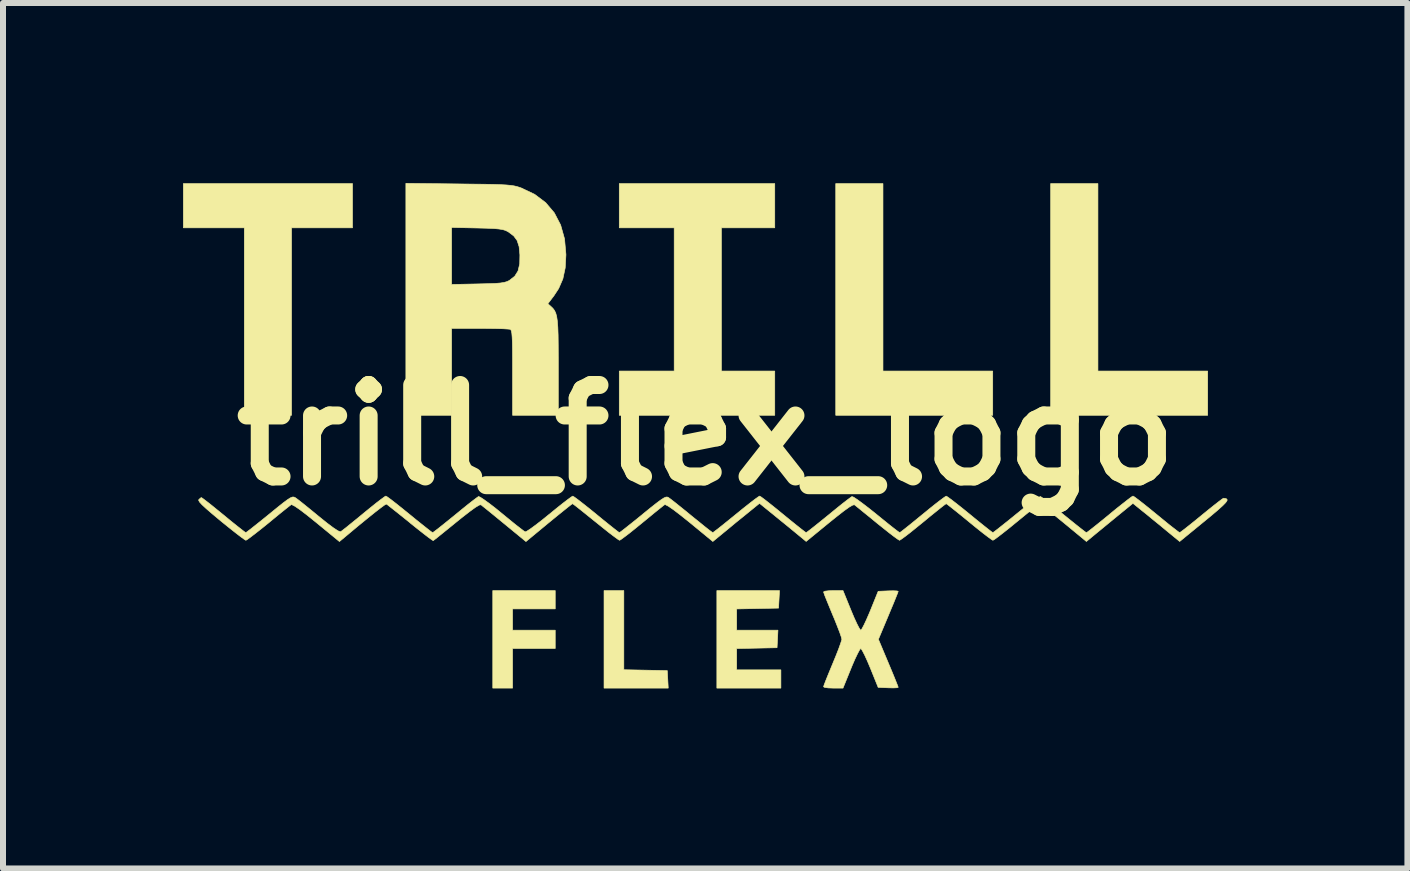
<source format=kicad_pcb>
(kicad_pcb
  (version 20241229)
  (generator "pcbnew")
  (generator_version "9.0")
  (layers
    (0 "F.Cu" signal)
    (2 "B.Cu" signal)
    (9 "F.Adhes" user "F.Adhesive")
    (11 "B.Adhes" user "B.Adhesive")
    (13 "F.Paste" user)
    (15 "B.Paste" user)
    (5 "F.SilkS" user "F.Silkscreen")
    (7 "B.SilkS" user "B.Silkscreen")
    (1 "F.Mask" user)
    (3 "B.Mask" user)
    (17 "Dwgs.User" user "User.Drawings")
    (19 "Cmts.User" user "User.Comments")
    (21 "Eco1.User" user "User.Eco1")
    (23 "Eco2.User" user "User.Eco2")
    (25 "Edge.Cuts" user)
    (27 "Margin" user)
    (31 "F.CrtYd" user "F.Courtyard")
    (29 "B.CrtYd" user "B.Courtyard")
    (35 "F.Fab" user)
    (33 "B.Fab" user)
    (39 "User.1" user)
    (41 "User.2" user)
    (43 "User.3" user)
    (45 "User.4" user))
  (footprint "trill_flex_logo"
    (layer "F.Cu")
    (at 8.717 4.2)
    (property "Reference" "trill_flex_logo" (at 0 0 0) (layer "F.SilkS") (effects (font (size 1.524 1.524) (thickness 0.3))))
    (attr through_hole)
    (fp_poly (pts (xy 2.946 -1.067) (xy 4.775 -1.067) (xy 4.775 -0.33) (xy 2.159 -0.33) (xy 2.159 -4.191) (xy 2.946 -4.191) (xy 2.946 -1.067)) (stroke (width 0.01) (type solid)) (fill yes) (layer "F.SilkS"))
    (fp_poly (pts (xy 6.528 -1.067) (xy 8.357 -1.067) (xy 8.357 -0.33) (xy 5.74 -0.33) (xy 5.74 -4.191) (xy 6.528 -4.191) (xy 6.528 -1.067)) (stroke (width 0.01) (type solid)) (fill yes) (layer "F.SilkS"))
    (fp_poly (pts (xy -5.893 -3.454) (xy -6.909 -3.454) (xy -6.909 -0.33) (xy -7.696 -0.33) (xy -7.696 -3.454) (xy -8.712 -3.454) (xy -8.712 -4.191) (xy -5.893 -4.191) (xy -5.893 -3.454)) (stroke (width 0.01) (type solid)) (fill yes) (layer "F.SilkS"))
    (fp_poly (pts (xy -1.372 3.91) (xy -1.01 3.917) (xy -0.648 3.924) (xy -0.64 4.07) (xy -0.632 4.216) (xy -1.702 4.216) (xy -1.702 2.591) (xy -1.372 2.591) (xy -1.372 3.91)) (stroke (width 0.01) (type solid)) (fill yes) (layer "F.SilkS"))
    (fp_poly (pts (xy -2.515 2.896) (xy -3.226 2.896) (xy -3.226 3.251) (xy -2.515 3.251) (xy -2.515 3.556) (xy -3.226 3.556) (xy -3.226 4.216) (xy -3.556 4.216) (xy -3.556 2.591) (xy -2.515 2.591) (xy -2.515 2.896)) (stroke (width 0.01) (type solid)) (fill yes) (layer "F.SilkS"))
    (fp_poly (pts (xy 1.143 -3.454) (xy 0.254 -3.454) (xy 0.254 -1.067) (xy 1.143 -1.067) (xy 1.143 -0.33) (xy -1.448 -0.33) (xy -1.448 -1.067) (xy -0.533 -1.067) (xy -0.533 -3.454) (xy -1.448 -3.454) (xy -1.448 -4.191) (xy 1.143 -4.191) (xy 1.143 -3.454)) (stroke (width 0.01) (type solid)) (fill yes) (layer "F.SilkS"))
    (fp_poly (pts (xy 1.214 2.737) (xy 1.206 2.883) (xy 0.857 2.89) (xy 0.508 2.897) (xy 0.508 3.251) (xy 1.196 3.251) (xy 1.189 3.397) (xy 1.181 3.543) (xy 0.508 3.557) (xy 0.508 3.912) (xy 1.245 3.912) (xy 1.245 4.216) (xy 0.178 4.216) (xy 0.178 2.591) (xy 1.222 2.591) (xy 1.214 2.737)) (stroke (width 0.01) (type solid)) (fill yes) (layer "F.SilkS"))
    (fp_poly (pts (xy 2.414 2.921) (xy 2.464 3.04) (xy 2.51 3.14) (xy 2.547 3.212) (xy 2.571 3.248) (xy 2.576 3.251) (xy 2.595 3.229) (xy 2.628 3.167) (xy 2.671 3.076) (xy 2.72 2.963) (xy 2.735 2.927) (xy 2.866 2.603) (xy 3.033 2.596) (xy 3.118 2.594) (xy 3.178 2.597) (xy 3.2 2.603) (xy 3.191 2.63) (xy 3.165 2.695) (xy 3.126 2.792) (xy 3.076 2.911) (xy 3.035 3.01) (xy 2.87 3.403) (xy 3.035 3.796) (xy 3.09 3.927) (xy 3.137 4.041) (xy 3.173 4.131) (xy 3.195 4.187) (xy 3.2 4.204) (xy 3.177 4.21) (xy 3.117 4.213) (xy 3.033 4.211) (xy 2.866 4.204) (xy 2.735 3.88) (xy 2.685 3.762) (xy 2.64 3.664) (xy 2.603 3.593) (xy 2.58 3.558) (xy 2.576 3.556) (xy 2.557 3.578) (xy 2.524 3.639) (xy 2.48 3.731) (xy 2.431 3.844) (xy 2.414 3.886) (xy 2.28 4.216) (xy 2.118 4.216) (xy 2.035 4.213) (xy 1.976 4.205) (xy 1.956 4.194) (xy 1.965 4.164) (xy 1.991 4.096) (xy 2.03 3.999) (xy 2.079 3.88) (xy 2.108 3.81) (xy 2.161 3.681) (xy 2.206 3.567) (xy 2.239 3.475) (xy 2.258 3.416) (xy 2.261 3.402) (xy 2.251 3.363) (xy 2.225 3.287) (xy 2.185 3.184) (xy 2.136 3.061) (xy 2.108 2.995) (xy 2.056 2.869) (xy 2.011 2.759) (xy 1.977 2.675) (xy 1.959 2.623) (xy 1.956 2.613) (xy 1.979 2.601) (xy 2.039 2.594) (xy 2.118 2.591) (xy 2.28 2.591) (xy 2.414 2.921)) (stroke (width 0.01) (type solid)) (fill yes) (layer "F.SilkS"))
    (fp_poly (pts (xy -4.121 -4.185) (xy -3.885 -4.182) (xy -3.693 -4.18) (xy -3.541 -4.177) (xy -3.421 -4.173) (xy -3.329 -4.168) (xy -3.258 -4.161) (xy -3.202 -4.153) (xy -3.155 -4.142) (xy -3.112 -4.129) (xy -3.079 -4.117) (xy -2.858 -4.012) (xy -2.675 -3.874) (xy -2.53 -3.703) (xy -2.425 -3.501) (xy -2.36 -3.27) (xy -2.337 -3.012) (xy -2.337 -2.999) (xy -2.349 -2.785) (xy -2.388 -2.603) (xy -2.458 -2.442) (xy -2.538 -2.32) (xy -2.638 -2.189) (xy -2.585 -2.142) (xy -2.553 -2.111) (xy -2.527 -2.076) (xy -2.507 -2.034) (xy -2.491 -1.977) (xy -2.48 -1.9) (xy -2.472 -1.798) (xy -2.467 -1.666) (xy -2.465 -1.497) (xy -2.464 -1.286) (xy -2.464 -1.131) (xy -2.464 -0.33) (xy -3.226 -0.33) (xy -3.226 -1.039) (xy -3.226 -1.249) (xy -3.227 -1.414) (xy -3.229 -1.54) (xy -3.233 -1.631) (xy -3.238 -1.693) (xy -3.245 -1.732) (xy -3.255 -1.754) (xy -3.266 -1.763) (xy -3.303 -1.767) (xy -3.383 -1.772) (xy -3.495 -1.775) (xy -3.632 -1.777) (xy -3.774 -1.778) (xy -4.242 -1.778) (xy -4.242 -0.33) (xy -5.004 -0.33) (xy -5.004 -2.51) (xy -4.242 -2.51) (xy -3.804 -2.519) (xy -3.64 -2.523) (xy -3.519 -2.527) (xy -3.431 -2.534) (xy -3.368 -2.544) (xy -3.321 -2.557) (xy -3.283 -2.575) (xy -3.277 -2.579) (xy -3.19 -2.647) (xy -3.135 -2.735) (xy -3.107 -2.853) (xy -3.104 -3.002) (xy -3.117 -3.14) (xy -3.15 -3.242) (xy -3.207 -3.319) (xy -3.295 -3.385) (xy -3.305 -3.391) (xy -3.343 -3.41) (xy -3.389 -3.424) (xy -3.451 -3.434) (xy -3.537 -3.442) (xy -3.658 -3.447) (xy -3.816 -3.451) (xy -4.242 -3.46) (xy -4.242 -2.51) (xy -5.004 -2.51) (xy -5.004 -4.195) (xy -4.121 -4.185)) (stroke (width 0.01) (type solid)) (fill yes) (layer "F.SilkS"))
    (fp_poly (pts (xy 7.138 1.031) (xy 7.196 1.074) (xy 7.281 1.14) (xy 7.385 1.223) (xy 7.501 1.318) (xy 7.505 1.321) (xy 7.621 1.416) (xy 7.724 1.5) (xy 7.808 1.565) (xy 7.865 1.609) (xy 7.889 1.626) (xy 7.889 1.626) (xy 7.913 1.61) (xy 7.969 1.568) (xy 8.051 1.503) (xy 8.152 1.422) (xy 8.246 1.345) (xy 8.36 1.252) (xy 8.461 1.171) (xy 8.543 1.107) (xy 8.599 1.065) (xy 8.621 1.052) (xy 8.663 1.058) (xy 8.68 1.072) (xy 8.68 1.091) (xy 8.657 1.125) (xy 8.607 1.176) (xy 8.526 1.249) (xy 8.411 1.346) (xy 8.298 1.439) (xy 7.89 1.773) (xy 7.672 1.594) (xy 7.56 1.501) (xy 7.439 1.403) (xy 7.33 1.313) (xy 7.283 1.276) (xy 7.111 1.137) (xy 6.915 1.297) (xy 6.8 1.391) (xy 6.671 1.497) (xy 6.553 1.594) (xy 6.527 1.615) (xy 6.336 1.773) (xy 5.956 1.459) (xy 5.837 1.362) (xy 5.732 1.277) (xy 5.647 1.209) (xy 5.587 1.163) (xy 5.559 1.144) (xy 5.559 1.144) (xy 5.535 1.159) (xy 5.478 1.202) (xy 5.395 1.267) (xy 5.293 1.35) (xy 5.177 1.445) (xy 5.173 1.448) (xy 5.056 1.544) (xy 4.951 1.627) (xy 4.866 1.693) (xy 4.806 1.737) (xy 4.778 1.753) (xy 4.778 1.753) (xy 4.751 1.737) (xy 4.692 1.694) (xy 4.607 1.629) (xy 4.503 1.546) (xy 4.385 1.45) (xy 4.383 1.448) (xy 4.266 1.352) (xy 4.163 1.269) (xy 4.08 1.203) (xy 4.024 1.159) (xy 4 1.143) (xy 4 1.143) (xy 3.977 1.158) (xy 3.921 1.201) (xy 3.839 1.267) (xy 3.737 1.349) (xy 3.621 1.445) (xy 3.617 1.448) (xy 3.5 1.543) (xy 3.396 1.627) (xy 3.31 1.693) (xy 3.25 1.736) (xy 3.223 1.753) (xy 3.222 1.753) (xy 3.195 1.737) (xy 3.136 1.695) (xy 3.051 1.63) (xy 2.948 1.548) (xy 2.849 1.469) (xy 2.735 1.375) (xy 2.632 1.292) (xy 2.549 1.224) (xy 2.493 1.179) (xy 2.471 1.161) (xy 2.443 1.166) (xy 2.385 1.199) (xy 2.294 1.264) (xy 2.17 1.361) (xy 2.053 1.455) (xy 1.666 1.772) (xy 1.449 1.593) (xy 1.337 1.501) (xy 1.216 1.403) (xy 1.106 1.313) (xy 1.06 1.276) (xy 0.889 1.137) (xy 0.718 1.276) (xy 0.621 1.355) (xy 0.503 1.45) (xy 0.385 1.548) (xy 0.329 1.594) (xy 0.111 1.773) (xy -0.274 1.456) (xy -0.425 1.335) (xy -0.544 1.244) (xy -0.63 1.185) (xy -0.68 1.159) (xy -0.692 1.159) (xy -0.721 1.181) (xy -0.782 1.23) (xy -0.869 1.3) (xy -0.973 1.386) (xy -1.071 1.466) (xy -1.184 1.558) (xy -1.285 1.639) (xy -1.367 1.701) (xy -1.422 1.741) (xy -1.443 1.753) (xy -1.47 1.737) (xy -1.529 1.694) (xy -1.615 1.629) (xy -1.719 1.546) (xy -1.837 1.451) (xy -1.841 1.448) (xy -1.959 1.353) (xy -2.062 1.27) (xy -2.145 1.204) (xy -2.202 1.16) (xy -2.226 1.143) (xy -2.226 1.143) (xy -2.249 1.158) (xy -2.304 1.201) (xy -2.386 1.267) (xy -2.489 1.35) (xy -2.606 1.446) (xy -2.621 1.458) (xy -3.003 1.774) (xy -3.362 1.479) (xy -3.478 1.384) (xy -3.583 1.298) (xy -3.668 1.229) (xy -3.727 1.182) (xy -3.752 1.161) (xy -3.781 1.166) (xy -3.842 1.202) (xy -3.936 1.27) (xy -4.065 1.37) (xy -4.158 1.445) (xy -4.276 1.541) (xy -4.38 1.625) (xy -4.464 1.693) (xy -4.522 1.739) (xy -4.548 1.758) (xy -4.548 1.759) (xy -4.571 1.745) (xy -4.627 1.705) (xy -4.71 1.641) (xy -4.813 1.56) (xy -4.93 1.466) (xy -4.936 1.46) (xy -5.054 1.365) (xy -5.159 1.281) (xy -5.244 1.214) (xy -5.302 1.168) (xy -5.328 1.149) (xy -5.329 1.149) (xy -5.356 1.163) (xy -5.418 1.208) (xy -5.515 1.283) (xy -5.643 1.386) (xy -5.801 1.515) (xy -5.984 1.668) (xy -6.111 1.774) (xy -6.497 1.457) (xy -6.647 1.336) (xy -6.766 1.245) (xy -6.852 1.186) (xy -6.903 1.16) (xy -6.915 1.159) (xy -6.944 1.181) (xy -7.006 1.23) (xy -7.092 1.299) (xy -7.197 1.385) (xy -7.295 1.466) (xy -7.409 1.558) (xy -7.511 1.638) (xy -7.593 1.701) (xy -7.648 1.741) (xy -7.67 1.753) (xy -7.697 1.737) (xy -7.756 1.694) (xy -7.842 1.628) (xy -7.948 1.544) (xy -8.067 1.448) (xy -8.089 1.43) (xy -8.228 1.314) (xy -8.331 1.225) (xy -8.401 1.16) (xy -8.442 1.115) (xy -8.457 1.087) (xy -8.454 1.074) (xy -8.422 1.046) (xy -8.411 1.041) (xy -8.387 1.057) (xy -8.33 1.1) (xy -8.248 1.164) (xy -8.146 1.247) (xy -8.04 1.333) (xy -7.926 1.427) (xy -7.825 1.508) (xy -7.745 1.571) (xy -7.692 1.612) (xy -7.671 1.626) (xy -7.649 1.61) (xy -7.593 1.568) (xy -7.51 1.502) (xy -7.407 1.42) (xy -7.29 1.325) (xy -7.28 1.317) (xy -7.149 1.21) (xy -7.05 1.131) (xy -6.979 1.078) (xy -6.929 1.046) (xy -6.895 1.032) (xy -6.87 1.032) (xy -6.849 1.041) (xy -6.811 1.068) (xy -6.743 1.121) (xy -6.651 1.195) (xy -6.543 1.283) (xy -6.459 1.352) (xy -6.32 1.464) (xy -6.212 1.545) (xy -6.136 1.595) (xy -6.095 1.611) (xy -6.09 1.61) (xy -6.061 1.588) (xy -5.999 1.54) (xy -5.913 1.47) (xy -5.808 1.385) (xy -5.71 1.304) (xy -5.596 1.211) (xy -5.495 1.13) (xy -5.414 1.068) (xy -5.359 1.028) (xy -5.338 1.016) (xy -5.312 1.031) (xy -5.253 1.074) (xy -5.168 1.14) (xy -5.064 1.223) (xy -4.947 1.318) (xy -4.943 1.321) (xy -4.827 1.416) (xy -4.723 1.499) (xy -4.64 1.565) (xy -4.583 1.609) (xy -4.558 1.626) (xy -4.558 1.626) (xy -4.535 1.61) (xy -4.479 1.568) (xy -4.397 1.503) (xy -4.295 1.421) (xy -4.184 1.331) (xy -4.068 1.236) (xy -3.964 1.152) (xy -3.878 1.085) (xy -3.819 1.041) (xy -3.793 1.023) (xy -3.764 1.035) (xy -3.703 1.075) (xy -3.617 1.137) (xy -3.512 1.218) (xy -3.403 1.307) (xy -3.287 1.402) (xy -3.184 1.486) (xy -3.099 1.552) (xy -3.04 1.597) (xy -3.015 1.613) (xy -2.987 1.601) (xy -2.926 1.561) (xy -2.84 1.498) (xy -2.735 1.417) (xy -2.618 1.322) (xy -2.616 1.321) (xy -2.499 1.225) (xy -2.395 1.142) (xy -2.309 1.076) (xy -2.25 1.033) (xy -2.223 1.017) (xy -2.223 1.017) (xy -2.196 1.033) (xy -2.137 1.076) (xy -2.052 1.142) (xy -1.947 1.225) (xy -1.83 1.32) (xy -1.829 1.321) (xy -1.713 1.416) (xy -1.61 1.499) (xy -1.527 1.565) (xy -1.47 1.609) (xy -1.447 1.625) (xy -1.446 1.625) (xy -1.423 1.61) (xy -1.367 1.567) (xy -1.285 1.502) (xy -1.182 1.42) (xy -1.065 1.325) (xy -1.056 1.317) (xy -0.923 1.209) (xy -0.824 1.131) (xy -0.752 1.078) (xy -0.702 1.046) (xy -0.668 1.032) (xy -0.643 1.033) (xy -0.63 1.039) (xy -0.594 1.065) (xy -0.527 1.117) (xy -0.436 1.19) (xy -0.329 1.276) (xy -0.242 1.348) (xy -0.13 1.438) (xy -0.033 1.517) (xy 0.044 1.578) (xy 0.094 1.615) (xy 0.11 1.626) (xy 0.132 1.61) (xy 0.188 1.568) (xy 0.27 1.503) (xy 0.373 1.42) (xy 0.49 1.325) (xy 0.495 1.321) (xy 0.613 1.225) (xy 0.718 1.142) (xy 0.803 1.076) (xy 0.863 1.033) (xy 0.89 1.016) (xy 0.89 1.016) (xy 0.916 1.031) (xy 0.974 1.074) (xy 1.058 1.14) (xy 1.162 1.223) (xy 1.278 1.318) (xy 1.282 1.321) (xy 1.398 1.416) (xy 1.501 1.499) (xy 1.584 1.565) (xy 1.641 1.609) (xy 1.665 1.626) (xy 1.665 1.626) (xy 1.689 1.61) (xy 1.744 1.568) (xy 1.826 1.503) (xy 1.928 1.421) (xy 2.039 1.331) (xy 2.155 1.236) (xy 2.259 1.152) (xy 2.344 1.086) (xy 2.404 1.041) (xy 2.429 1.024) (xy 2.458 1.035) (xy 2.519 1.075) (xy 2.605 1.138) (xy 2.711 1.219) (xy 2.829 1.313) (xy 2.836 1.319) (xy 2.953 1.414) (xy 3.057 1.498) (xy 3.141 1.564) (xy 3.199 1.608) (xy 3.224 1.625) (xy 3.224 1.625) (xy 3.248 1.61) (xy 3.303 1.567) (xy 3.386 1.501) (xy 3.488 1.418) (xy 3.604 1.323) (xy 3.607 1.321) (xy 3.724 1.225) (xy 3.828 1.142) (xy 3.914 1.076) (xy 3.973 1.033) (xy 4 1.017) (xy 4 1.017) (xy 4.027 1.033) (xy 4.086 1.076) (xy 4.171 1.142) (xy 4.276 1.225) (xy 4.393 1.32) (xy 4.394 1.321) (xy 4.51 1.416) (xy 4.613 1.499) (xy 4.696 1.565) (xy 4.753 1.609) (xy 4.776 1.625) (xy 4.777 1.625) (xy 4.8 1.61) (xy 4.856 1.567) (xy 4.938 1.502) (xy 5.041 1.42) (xy 5.158 1.325) (xy 5.165 1.319) (xy 5.284 1.223) (xy 5.39 1.142) (xy 5.478 1.078) (xy 5.54 1.037) (xy 5.571 1.024) (xy 5.572 1.024) (xy 5.6 1.043) (xy 5.662 1.09) (xy 5.748 1.158) (xy 5.854 1.242) (xy 5.962 1.331) (xy 6.077 1.424) (xy 6.179 1.506) (xy 6.26 1.57) (xy 6.315 1.612) (xy 6.336 1.626) (xy 6.36 1.61) (xy 6.416 1.567) (xy 6.498 1.502) (xy 6.601 1.419) (xy 6.717 1.324) (xy 6.72 1.321) (xy 6.837 1.225) (xy 6.942 1.142) (xy 7.026 1.076) (xy 7.085 1.032) (xy 7.112 1.016) (xy 7.112 1.016) (xy 7.138 1.031)) (stroke (width 0.01) (type solid)) (fill yes) (layer "F.SilkS")))
  (gr_rect
    (start -3 -3)
    (end 20.402 11.421)
    (stroke (width 0.1) (type default))
    (fill no)
    (layer "Edge.Cuts")))
</source>
